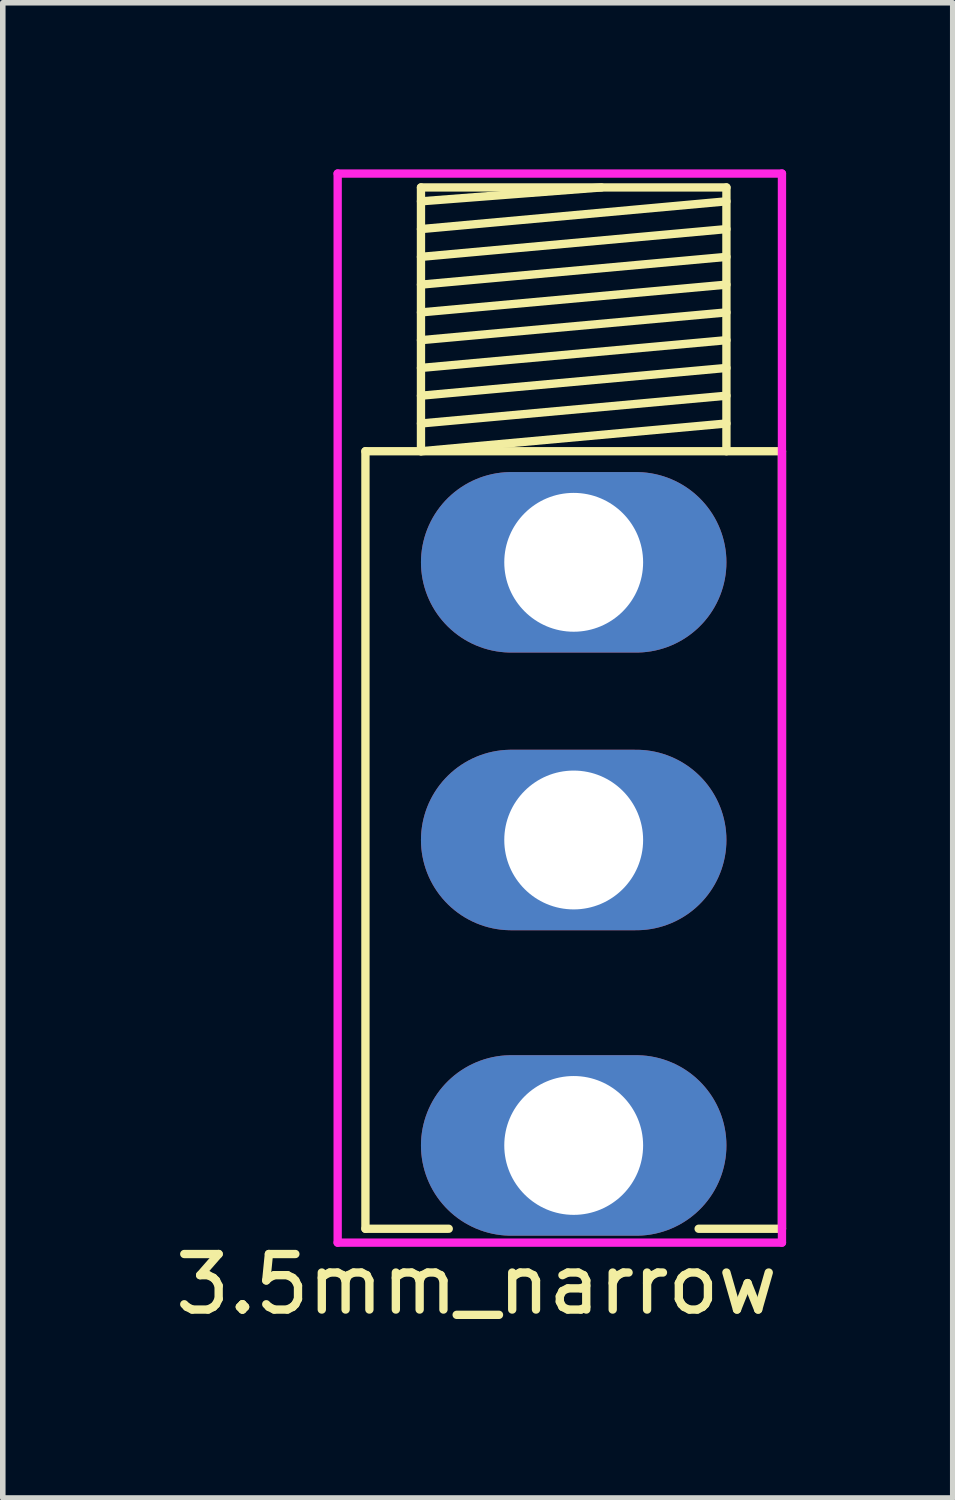
<source format=kicad_pcb>
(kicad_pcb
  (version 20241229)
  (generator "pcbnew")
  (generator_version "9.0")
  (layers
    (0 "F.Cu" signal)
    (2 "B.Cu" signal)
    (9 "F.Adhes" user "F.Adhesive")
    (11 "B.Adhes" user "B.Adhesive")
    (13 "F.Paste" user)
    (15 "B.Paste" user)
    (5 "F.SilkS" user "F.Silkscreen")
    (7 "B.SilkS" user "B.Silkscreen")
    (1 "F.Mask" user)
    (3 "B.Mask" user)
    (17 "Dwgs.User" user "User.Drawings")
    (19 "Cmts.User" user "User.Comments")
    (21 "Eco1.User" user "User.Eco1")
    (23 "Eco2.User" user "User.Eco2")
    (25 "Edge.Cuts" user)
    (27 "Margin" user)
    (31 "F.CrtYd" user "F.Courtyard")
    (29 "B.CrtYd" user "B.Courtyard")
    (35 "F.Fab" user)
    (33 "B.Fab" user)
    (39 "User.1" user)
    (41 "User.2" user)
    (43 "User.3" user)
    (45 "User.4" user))
  (footprint "3.5mm_narrow"
    (layer "F.Cu")
    (at 7.28 5.075)
    (property "Reference" "3.5mm_narrow" (at -1.75 15 0) (layer "F.SilkS") (effects (font (size 1 1) (thickness 0.15))))
    (attr through_hole)
    (fp_line (start -3.75 0) (end 3.75 0) (stroke (width 0.15) (type solid)) (layer "F.SilkS"))
    (fp_line (start -3.75 14) (end -3.75 0) (stroke (width 0.15) (type solid)) (layer "F.SilkS"))
    (fp_line (start -2.75 -4.75) (end -2.75 0) (stroke (width 0.15) (type solid)) (layer "F.SilkS"))
    (fp_line (start -2.75 -4.5) (end 0.5 -4.75) (stroke (width 0.15) (type solid)) (layer "F.SilkS"))
    (fp_line (start -2.75 -4) (end 2.75 -4.5) (stroke (width 0.15) (type solid)) (layer "F.SilkS"))
    (fp_line (start -2.75 -3.5) (end 2.75 -4) (stroke (width 0.15) (type solid)) (layer "F.SilkS"))
    (fp_line (start -2.75 -3) (end 2.75 -3.5) (stroke (width 0.15) (type solid)) (layer "F.SilkS"))
    (fp_line (start -2.75 -2.5) (end 2.75 -3) (stroke (width 0.15) (type solid)) (layer "F.SilkS"))
    (fp_line (start -2.75 -2) (end 2.75 -2.5) (stroke (width 0.15) (type solid)) (layer "F.SilkS"))
    (fp_line (start -2.75 -1.5) (end 2.75 -2) (stroke (width 0.15) (type solid)) (layer "F.SilkS"))
    (fp_line (start -2.75 -1) (end 2.75 -1.5) (stroke (width 0.15) (type solid)) (layer "F.SilkS"))
    (fp_line (start -2.75 -0.5) (end 2.75 -1) (stroke (width 0.15) (type solid)) (layer "F.SilkS"))
    (fp_line (start -2.75 0) (end 2.75 -0.5) (stroke (width 0.15) (type solid)) (layer "F.SilkS"))
    (fp_line (start -2.25 14) (end -3.75 14) (stroke (width 0.15) (type solid)) (layer "F.SilkS"))
    (fp_line (start 2.75 -4.75) (end -2.75 -4.75) (stroke (width 0.15) (type solid)) (layer "F.SilkS"))
    (fp_line (start 2.75 0) (end 2.75 -4.75) (stroke (width 0.15) (type solid)) (layer "F.SilkS"))
    (fp_line (start 3.75 0) (end 3.75 14) (stroke (width 0.15) (type solid)) (layer "F.SilkS"))
    (fp_line (start 3.75 14) (end 2.25 14) (stroke (width 0.15) (type solid)) (layer "F.SilkS"))
    (fp_line (start -4.25 -5) (end 3.75 -5) (stroke (width 0.15) (type solid)) (layer "F.CrtYd"))
    (fp_line (start -4.25 14.25) (end -4.25 -5) (stroke (width 0.15) (type solid)) (layer "F.CrtYd"))
    (fp_line (start 3.75 -5) (end 3.75 14.25) (stroke (width 0.15) (type solid)) (layer "F.CrtYd"))
    (fp_line (start 3.75 14.25) (end -4.25 14.25) (stroke (width 0.15) (type solid)) (layer "F.CrtYd"))
    (pad "S" thru_hole oval (at 0 2) (size 5.5 3.25) (drill 2.5) (layers "*.Cu" "*.Mask"))
    (pad "T" thru_hole oval (at 0 7) (size 5.5 3.25) (drill 2.5) (layers "*.Cu" "*.Mask"))
    (pad "TN" thru_hole oval (at 0 12.5) (size 5.5 3.25) (drill 2.5) (layers "*.Cu" "*.Mask")))
  (gr_rect
    (start -3 -3)
    (end 14.105 23.923)
    (stroke (width 0.1) (type default))
    (fill no)
    (layer "Edge.Cuts")))
</source>
